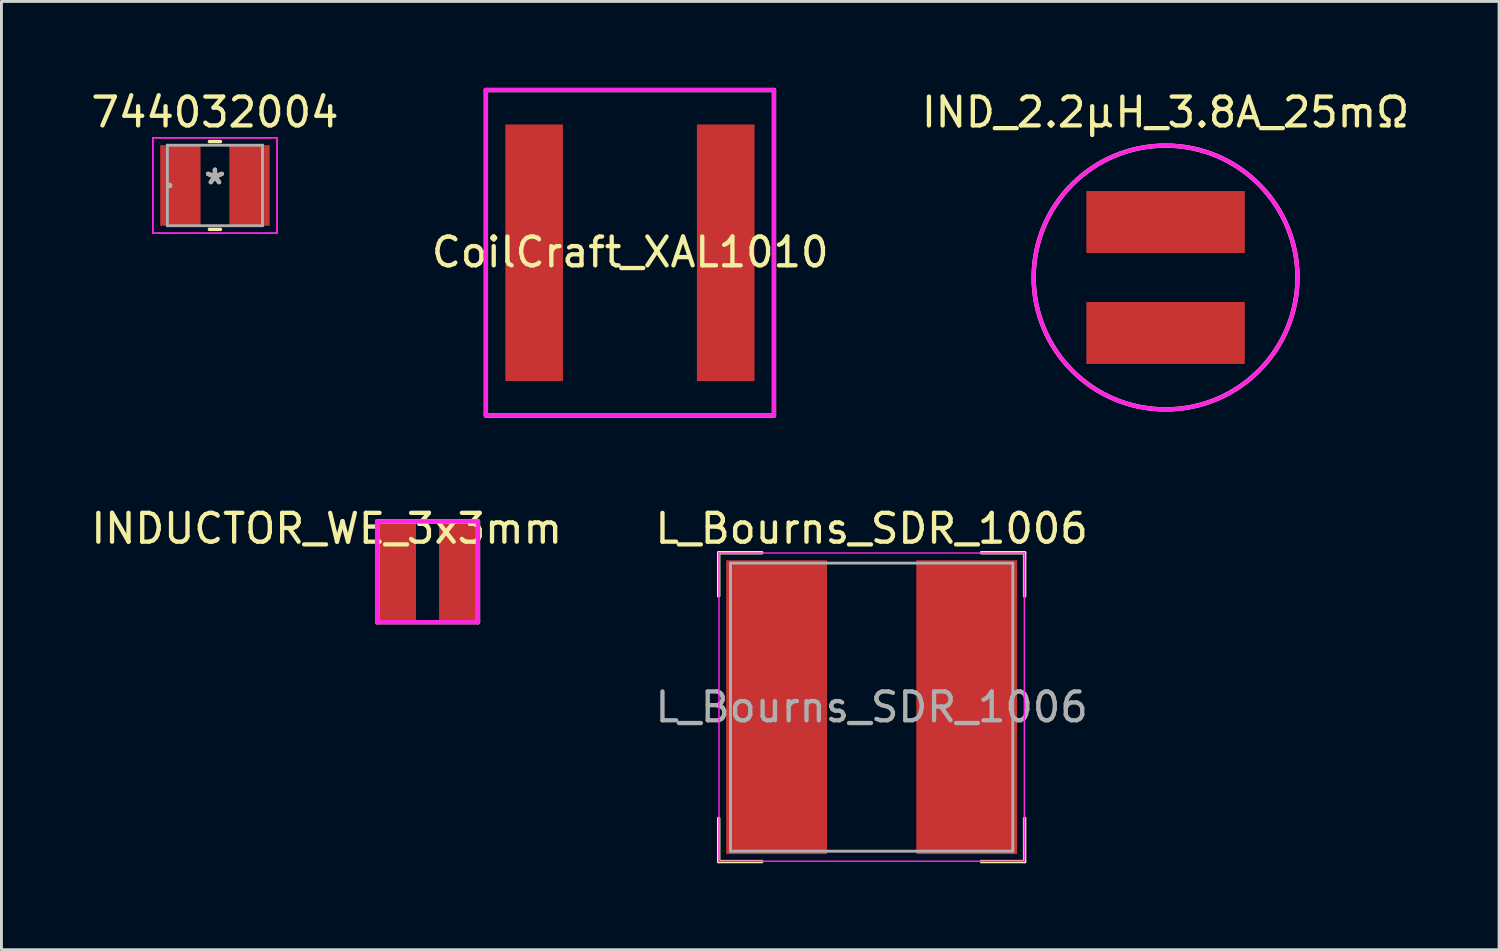
<source format=kicad_pcb>
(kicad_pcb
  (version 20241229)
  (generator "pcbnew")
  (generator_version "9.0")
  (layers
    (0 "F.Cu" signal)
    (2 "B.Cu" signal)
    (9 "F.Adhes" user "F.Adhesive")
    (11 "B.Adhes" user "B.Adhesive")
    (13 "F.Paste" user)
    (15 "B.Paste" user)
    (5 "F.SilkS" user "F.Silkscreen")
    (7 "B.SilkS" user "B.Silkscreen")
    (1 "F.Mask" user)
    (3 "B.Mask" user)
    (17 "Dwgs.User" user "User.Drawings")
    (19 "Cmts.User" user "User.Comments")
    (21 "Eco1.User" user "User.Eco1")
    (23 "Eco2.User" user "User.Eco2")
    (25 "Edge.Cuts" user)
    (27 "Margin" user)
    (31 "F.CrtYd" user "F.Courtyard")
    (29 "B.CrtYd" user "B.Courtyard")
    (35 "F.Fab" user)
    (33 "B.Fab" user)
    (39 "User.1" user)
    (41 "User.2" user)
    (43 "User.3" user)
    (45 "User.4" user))
  (footprint "INDUCTOR_WE_3x3mm"
    (layer "F.Cu")
    (at 11.792 16.798)
    (property "Reference" "INDUCTOR_WE_3x3mm" (at -3.5 -1.5 0) (layer "F.SilkS") (effects (font (size 1 1) (thickness 0.15))))
    (attr smd)
    (fp_line (start -1.75 -1.75) (end 1.75 -1.75) (stroke (width 0.15) (type solid)) (layer "F.SilkS"))
    (fp_line (start -1.75 1.75) (end -1.75 -1.75) (stroke (width 0.15) (type solid)) (layer "F.SilkS"))
    (fp_line (start 1.75 -1.75) (end 1.75 1.75) (stroke (width 0.15) (type solid)) (layer "F.SilkS"))
    (fp_line (start 1.75 1.75) (end -1.75 1.75) (stroke (width 0.15) (type solid)) (layer "F.SilkS"))
    (fp_line (start -1.75 -1.75) (end 1.75 -1.75) (stroke (width 0.15) (type solid)) (layer "F.CrtYd"))
    (fp_line (start -1.75 1.75) (end -1.75 -1.75) (stroke (width 0.15) (type solid)) (layer "F.CrtYd"))
    (fp_line (start 1.75 -1.75) (end 1.75 1.75) (stroke (width 0.15) (type solid)) (layer "F.CrtYd"))
    (fp_line (start 1.75 1.75) (end -1.75 1.75) (stroke (width 0.15) (type solid)) (layer "F.CrtYd"))
    (pad "1" smd rect (at -1.05 0) (size 1.3 3.4) (layers "F.Cu" "F.Mask" "F.Paste"))
    (pad "2" smd rect (at 1.05 0) (size 1.3 3.4) (layers "F.Cu" "F.Mask" "F.Paste")))
  (footprint "IND_2.2µH_3.8A_25mΩ"
    (layer "F.Cu")
    (at 37.411 4.658)
    (property "Reference" "IND_2.2µH_3.8A_25mΩ" (at 0 -3.81 0) (layer "F.SilkS") (effects (font (size 1 1) (thickness 0.15))))
    (attr through_hole)
    (fp_circle (center 0 1.925) (end 4.579 1.925) (stroke (width 0.15) (type solid)) (fill no) (layer "F.SilkS"))
    (fp_circle (center 0 1.925) (end 4.579 1.925) (stroke (width 0.15) (type solid)) (fill no) (layer "F.CrtYd"))
    (pad "1" smd rect (at 0 0) (size 5.5 2.15) (layers "F.Cu" "F.Mask" "F.Paste"))
    (pad "2" smd rect (at 0 3.85) (size 5.5 2.15) (layers "F.Cu" "F.Mask" "F.Paste")))
  (footprint "744032004"
    (layer "F.Cu")
    (at 4.411 3.388)
    (property "Reference" "744032004" (at 0 -2.54 0) (layer "F.SilkS") (effects (font (size 1 1) (thickness 0.15))))
    (attr through_hole)
    (fp_line (start -0.191 1.524) (end 0.191 1.524) (stroke (width 0.12) (type solid)) (layer "F.SilkS"))
    (fp_line (start 0.191 -1.524) (end -0.191 -1.524) (stroke (width 0.12) (type solid)) (layer "F.SilkS"))
    (fp_line (start -2.154 -1.654) (end -1.905 -1.654) (stroke (width 0.05) (type solid)) (layer "F.CrtYd"))
    (fp_line (start -2.154 -1.654) (end -1.905 -1.654) (stroke (width 0.05) (type solid)) (layer "F.CrtYd"))
    (fp_line (start -2.154 1.654) (end -2.154 -1.654) (stroke (width 0.05) (type solid)) (layer "F.CrtYd"))
    (fp_line (start -2.154 1.654) (end -2.154 -1.654) (stroke (width 0.05) (type solid)) (layer "F.CrtYd"))
    (fp_line (start -1.905 -1.654) (end -1.905 -1.654) (stroke (width 0.05) (type solid)) (layer "F.CrtYd"))
    (fp_line (start -1.905 -1.654) (end -1.905 -1.654) (stroke (width 0.05) (type solid)) (layer "F.CrtYd"))
    (fp_line (start -1.905 -1.654) (end 1.905 -1.654) (stroke (width 0.05) (type solid)) (layer "F.CrtYd"))
    (fp_line (start -1.905 -1.654) (end 1.905 -1.654) (stroke (width 0.05) (type solid)) (layer "F.CrtYd"))
    (fp_line (start -1.905 1.654) (end -2.154 1.654) (stroke (width 0.05) (type solid)) (layer "F.CrtYd"))
    (fp_line (start -1.905 1.654) (end -2.154 1.654) (stroke (width 0.05) (type solid)) (layer "F.CrtYd"))
    (fp_line (start -1.905 1.654) (end -1.905 1.654) (stroke (width 0.05) (type solid)) (layer "F.CrtYd"))
    (fp_line (start -1.905 1.654) (end -1.905 1.654) (stroke (width 0.05) (type solid)) (layer "F.CrtYd"))
    (fp_line (start 1.905 -1.654) (end 1.905 -1.654) (stroke (width 0.05) (type solid)) (layer "F.CrtYd"))
    (fp_line (start 1.905 -1.654) (end 1.905 -1.654) (stroke (width 0.05) (type solid)) (layer "F.CrtYd"))
    (fp_line (start 1.905 -1.654) (end 2.154 -1.654) (stroke (width 0.05) (type solid)) (layer "F.CrtYd"))
    (fp_line (start 1.905 -1.654) (end 2.154 -1.654) (stroke (width 0.05) (type solid)) (layer "F.CrtYd"))
    (fp_line (start 1.905 1.654) (end -1.905 1.654) (stroke (width 0.05) (type solid)) (layer "F.CrtYd"))
    (fp_line (start 1.905 1.654) (end -1.905 1.654) (stroke (width 0.05) (type solid)) (layer "F.CrtYd"))
    (fp_line (start 1.905 1.654) (end 1.905 1.654) (stroke (width 0.05) (type solid)) (layer "F.CrtYd"))
    (fp_line (start 1.905 1.654) (end 1.905 1.654) (stroke (width 0.05) (type solid)) (layer "F.CrtYd"))
    (fp_line (start 2.154 -1.654) (end 2.154 1.654) (stroke (width 0.05) (type solid)) (layer "F.CrtYd"))
    (fp_line (start 2.154 -1.654) (end 2.154 1.654) (stroke (width 0.05) (type solid)) (layer "F.CrtYd"))
    (fp_line (start 2.154 1.654) (end 1.905 1.654) (stroke (width 0.05) (type solid)) (layer "F.CrtYd"))
    (fp_line (start 2.154 1.654) (end 1.905 1.654) (stroke (width 0.05) (type solid)) (layer "F.CrtYd"))
    (fp_line (start -1.651 -1.397) (end -1.651 1.397) (stroke (width 0.1) (type solid)) (layer "F.Fab"))
    (fp_line (start -1.651 1.397) (end 1.651 1.397) (stroke (width 0.1) (type solid)) (layer "F.Fab"))
    (fp_line (start 1.651 -1.397) (end -1.651 -1.397) (stroke (width 0.1) (type solid)) (layer "F.Fab"))
    (fp_line (start 1.651 1.397) (end 1.651 -1.397) (stroke (width 0.1) (type solid)) (layer "F.Fab"))
    (fp_circle (center -1.575 0) (end -1.575 0) (stroke (width 0.1) (type solid)) (fill no) (layer "F.Fab"))
    (fp_text user "*" (at 0 0 0) (layer "F.SilkS") (effects (font (size 1 1) (thickness 0.15))))
    (fp_text user "*" (at 0 0 0) (layer "F.Fab") (effects (font (size 1 1) (thickness 0.15))))
    (pad "1" smd rect (at -1.2 0) (size 1.4 2.8) (layers "F.Cu" "F.Mask" "F.Paste"))
    (pad "2" smd rect (at 1.2 0) (size 1.4 2.8) (layers "F.Cu" "F.Mask" "F.Paste")))
  (footprint "CoilCraft_XAL1010"
    (layer "F.Cu")
    (at 18.817 5.725)
    (property "Reference" "CoilCraft_XAL1010" (at 0.01 -0.02 0) (layer "F.SilkS") (effects (font (size 1 1) (thickness 0.15))))
    (attr through_hole)
    (fp_line (start -5 -5.65) (end 5 -5.65) (stroke (width 0.15) (type solid)) (layer "F.SilkS"))
    (fp_line (start -5 5.65) (end -5 -5.65) (stroke (width 0.15) (type solid)) (layer "F.SilkS"))
    (fp_line (start 5 -5.65) (end 5 5.65) (stroke (width 0.15) (type solid)) (layer "F.SilkS"))
    (fp_line (start 5 5.65) (end -5 5.65) (stroke (width 0.15) (type solid)) (layer "F.SilkS"))
    (fp_line (start -5 -5.65) (end 5 -5.65) (stroke (width 0.15) (type solid)) (layer "F.CrtYd"))
    (fp_line (start -5 5.65) (end -5 -5.65) (stroke (width 0.15) (type solid)) (layer "F.CrtYd"))
    (fp_line (start 5 -5.65) (end 5 5.65) (stroke (width 0.15) (type solid)) (layer "F.CrtYd"))
    (fp_line (start 5 5.65) (end -5 5.65) (stroke (width 0.15) (type solid)) (layer "F.CrtYd"))
    (pad "1" smd rect (at -3.325 0) (size 2 8.91) (layers "F.Cu" "F.Mask" "F.Paste"))
    (pad "2" smd rect (at 3.325 0) (size 2 8.91) (layers "F.Cu" "F.Mask" "F.Paste")))
  (footprint "L_Bourns_SDR_1006"
    (layer "F.Cu")
    (at 27.208 21.498)
    (property "Reference" "L_Bourns_SDR_1006" (at 0 -6.2 0) (layer "F.SilkS") (effects (font (size 1 1) (thickness 0.15))))
    (attr smd)
    (fp_line (start -5.31 -5.36) (end -5.31 -3.86) (stroke (width 0.12) (type solid)) (layer "F.SilkS"))
    (fp_line (start -5.31 -5.36) (end -3.81 -5.36) (stroke (width 0.12) (type solid)) (layer "F.SilkS"))
    (fp_line (start -5.31 5.36) (end -5.31 3.86) (stroke (width 0.12) (type solid)) (layer "F.SilkS"))
    (fp_line (start -5.31 5.36) (end -3.81 5.36) (stroke (width 0.12) (type solid)) (layer "F.SilkS"))
    (fp_line (start 5.31 -5.36) (end 3.81 -5.36) (stroke (width 0.12) (type solid)) (layer "F.SilkS"))
    (fp_line (start 5.31 -5.36) (end 5.31 -3.86) (stroke (width 0.12) (type solid)) (layer "F.SilkS"))
    (fp_line (start 5.31 5.36) (end 3.81 5.36) (stroke (width 0.12) (type solid)) (layer "F.SilkS"))
    (fp_line (start 5.31 5.36) (end 5.31 3.86) (stroke (width 0.12) (type solid)) (layer "F.SilkS"))
    (fp_line (start -5.3 -5.35) (end -5.3 5.35) (stroke (width 0.05) (type solid)) (layer "F.CrtYd"))
    (fp_line (start -5.3 -5.35) (end 5.3 -5.35) (stroke (width 0.05) (type solid)) (layer "F.CrtYd"))
    (fp_line (start -5.3 5.35) (end 5.3 5.35) (stroke (width 0.05) (type solid)) (layer "F.CrtYd"))
    (fp_line (start 5.3 -5.35) (end 5.3 5.35) (stroke (width 0.05) (type solid)) (layer "F.CrtYd"))
    (fp_line (start -4.9 -5) (end -4.9 5) (stroke (width 0.1) (type solid)) (layer "F.Fab"))
    (fp_line (start -4.9 -5) (end 4.9 -5) (stroke (width 0.1) (type solid)) (layer "F.Fab"))
    (fp_line (start -4.9 5) (end 4.9 5) (stroke (width 0.1) (type solid)) (layer "F.Fab"))
    (fp_line (start 4.9 -5) (end 4.9 5) (stroke (width 0.1) (type solid)) (layer "F.Fab"))
    (fp_text user "${REFERENCE}" (at 0 0 0) (layer "F.Fab") (effects (font (size 1 1) (thickness 0.15))))
    (pad "1" smd rect (at -3.3 0) (size 3.5 10.2) (layers "F.Cu" "F.Mask" "F.Paste"))
    (pad "2" smd rect (at 3.3 0) (size 3.5 10.2) (layers "F.Cu" "F.Mask" "F.Paste")))
  (gr_rect
    (start -3 -3)
    (end 48.988 29.918)
    (stroke (width 0.1) (type default))
    (fill no)
    (layer "Edge.Cuts")))
</source>
